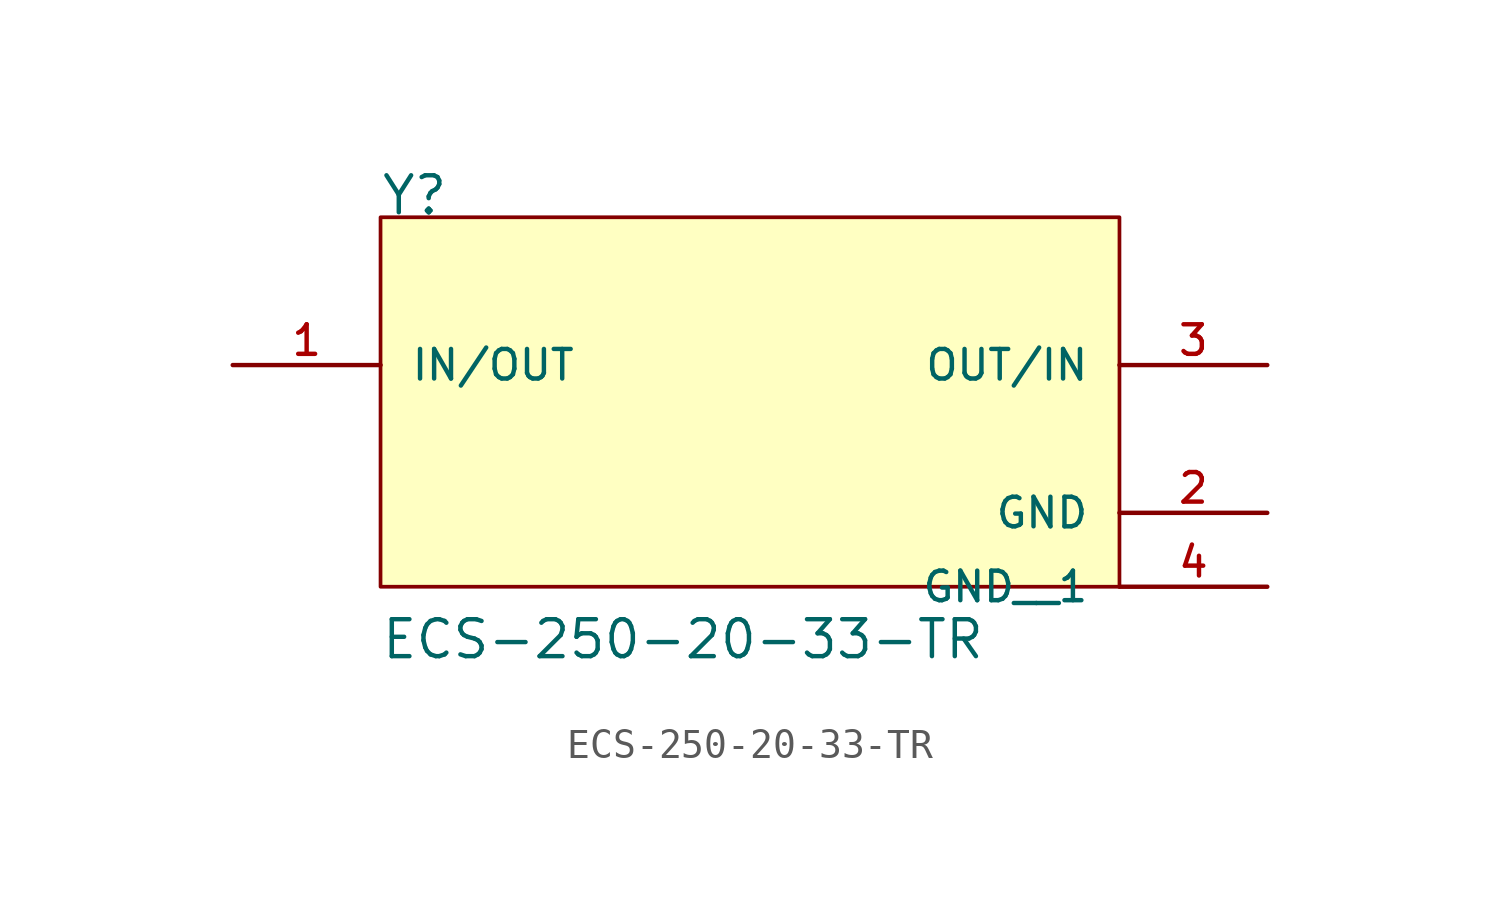
<source format=kicad_sym>
(kicad_symbol_lib
  (version 20211014)
  (generator kicad_symbol_editor)
  (symbol "ECS-250-20-33-TR"
    (pin_names
      (offset 1.016))
    (property "Reference" "Y"
      (at -12.717 7.63 0)
      (effects (font (size 1.27 1.27)) (justify bottom left)))
    (property "Value" "ECS-250-20-33-TR"
      (at -12.715 -7.629 0)
      (effects (font (size 1.27 1.27)) (justify bottom left)))
    (symbol "ECS-250-20-33-TR_0_0"
      (rectangle (start -12.7 -5.08) (end 12.7 7.62) (stroke (width 0.127)) (fill (type background)))
      (pin bidirectional line (at 17.78 2.54 180.0) (length 5.08) (name "OUT/IN" (effects (font (size 1.016 1.016)))) (number "3" (effects (font (size 1.016 1.016)))))
      (pin bidirectional line (at -17.78 2.54 0) (length 5.08) (name "IN/OUT" (effects (font (size 1.016 1.016)))) (number "1" (effects (font (size 1.016 1.016)))))
      (pin power_in line (at 17.78 -2.54 180.0) (length 5.08) (name "GND" (effects (font (size 1.016 1.016)))) (number "2" (effects (font (size 1.016 1.016)))))
      (pin power_in line (at 17.78 -5.08 180.0) (length 5.08) (name "GND__1" (effects (font (size 1.016 1.016)))) (number "4" (effects (font (size 1.016 1.016))))))))
</source>
